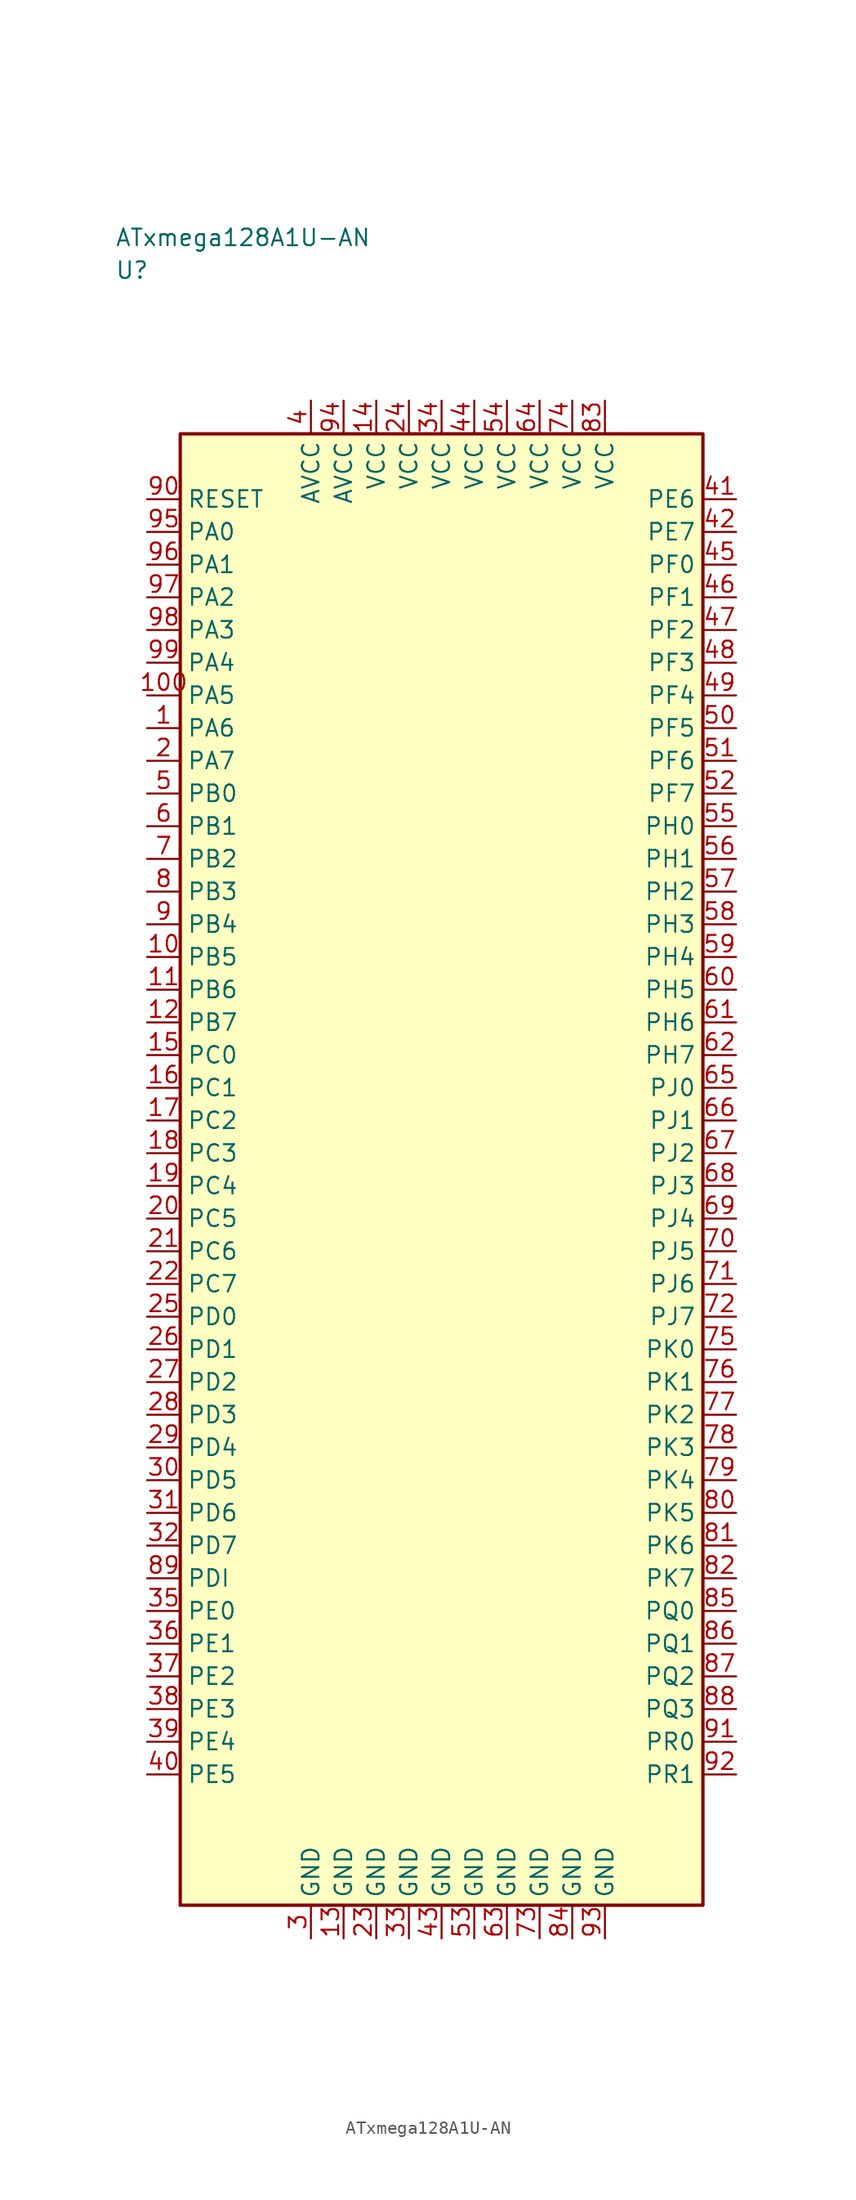
<source format=kicad_sym>
(kicad_symbol_lib
  (version 20241025)
  (generator "kicad_symbol_editor")
  (generator_version "8.0")
  (symbol "ATxmega128A1U-AN"
    (property "Reference" "U"
      (at -25.0 68.75 0)
      (effects (font (size 1.27 1.27)) (justify left)))
    (property "Value" "ATxmega128A1U-AN"
      (at -25.0 71.25 0)
      (effects (font (size 1.27 1.27)) (justify left)))
    (symbol "ATxmega128A1U-AN_0_1"
      (rectangle (start -20.0 56.25) (end 20.0 -56.25) (stroke (width 0.254) (type default)) (fill (type background))))
    (symbol "ATxmega128A1U-AN_1_1"
      (pin bidirectional line (at -22.54 33.75 0.0) (length 2.54) (name "PA6" (effects (font (size 1.27 1.27)))) (number "1" (effects (font (size 1.27 1.27)))))
      (pin bidirectional line (at -22.54 31.25 0.0) (length 2.54) (name "PA7" (effects (font (size 1.27 1.27)))) (number "2" (effects (font (size 1.27 1.27)))))
      (pin passive line (at -10.0 -58.79 90.0) (length 2.54) (name "GND" (effects (font (size 1.27 1.27)))) (number "3" (effects (font (size 1.27 1.27)))))
      (pin power_in line (at -10.0 58.79 270.0) (length 2.54) (name "AVCC" (effects (font (size 1.27 1.27)))) (number "4" (effects (font (size 1.27 1.27)))))
      (pin bidirectional line (at -22.54 28.75 0.0) (length 2.54) (name "PB0" (effects (font (size 1.27 1.27)))) (number "5" (effects (font (size 1.27 1.27)))))
      (pin bidirectional line (at -22.54 26.25 0.0) (length 2.54) (name "PB1" (effects (font (size 1.27 1.27)))) (number "6" (effects (font (size 1.27 1.27)))))
      (pin bidirectional line (at -22.54 23.75 0.0) (length 2.54) (name "PB2" (effects (font (size 1.27 1.27)))) (number "7" (effects (font (size 1.27 1.27)))))
      (pin bidirectional line (at -22.54 21.25 0.0) (length 2.54) (name "PB3" (effects (font (size 1.27 1.27)))) (number "8" (effects (font (size 1.27 1.27)))))
      (pin bidirectional line (at -22.54 18.75 0.0) (length 2.54) (name "PB4" (effects (font (size 1.27 1.27)))) (number "9" (effects (font (size 1.27 1.27)))))
      (pin bidirectional line (at -22.54 16.25 0.0) (length 2.54) (name "PB5" (effects (font (size 1.27 1.27)))) (number "10" (effects (font (size 1.27 1.27)))))
      (pin bidirectional line (at -22.54 13.75 0.0) (length 2.54) (name "PB6" (effects (font (size 1.27 1.27)))) (number "11" (effects (font (size 1.27 1.27)))))
      (pin bidirectional line (at -22.54 11.25 0.0) (length 2.54) (name "PB7" (effects (font (size 1.27 1.27)))) (number "12" (effects (font (size 1.27 1.27)))))
      (pin passive line (at -7.5 -58.79 90.0) (length 2.54) (name "GND" (effects (font (size 1.27 1.27)))) (number "13" (effects (font (size 1.27 1.27)))))
      (pin power_in line (at -5.0 58.79 270.0) (length 2.54) (name "VCC" (effects (font (size 1.27 1.27)))) (number "14" (effects (font (size 1.27 1.27)))))
      (pin bidirectional line (at -22.54 8.75 0.0) (length 2.54) (name "PC0" (effects (font (size 1.27 1.27)))) (number "15" (effects (font (size 1.27 1.27)))))
      (pin bidirectional line (at -22.54 6.25 0.0) (length 2.54) (name "PC1" (effects (font (size 1.27 1.27)))) (number "16" (effects (font (size 1.27 1.27)))))
      (pin bidirectional line (at -22.54 3.75 0.0) (length 2.54) (name "PC2" (effects (font (size 1.27 1.27)))) (number "17" (effects (font (size 1.27 1.27)))))
      (pin bidirectional line (at -22.54 1.25 0.0) (length 2.54) (name "PC3" (effects (font (size 1.27 1.27)))) (number "18" (effects (font (size 1.27 1.27)))))
      (pin bidirectional line (at -22.54 -1.25 0.0) (length 2.54) (name "PC4" (effects (font (size 1.27 1.27)))) (number "19" (effects (font (size 1.27 1.27)))))
      (pin bidirectional line (at -22.54 -3.75 0.0) (length 2.54) (name "PC5" (effects (font (size 1.27 1.27)))) (number "20" (effects (font (size 1.27 1.27)))))
      (pin bidirectional line (at -22.54 -6.25 0.0) (length 2.54) (name "PC6" (effects (font (size 1.27 1.27)))) (number "21" (effects (font (size 1.27 1.27)))))
      (pin bidirectional line (at -22.54 -8.75 0.0) (length 2.54) (name "PC7" (effects (font (size 1.27 1.27)))) (number "22" (effects (font (size 1.27 1.27)))))
      (pin passive line (at -5.0 -58.79 90.0) (length 2.54) (name "GND" (effects (font (size 1.27 1.27)))) (number "23" (effects (font (size 1.27 1.27)))))
      (pin power_in line (at -2.5 58.79 270.0) (length 2.54) (name "VCC" (effects (font (size 1.27 1.27)))) (number "24" (effects (font (size 1.27 1.27)))))
      (pin bidirectional line (at -22.54 -11.25 0.0) (length 2.54) (name "PD0" (effects (font (size 1.27 1.27)))) (number "25" (effects (font (size 1.27 1.27)))))
      (pin bidirectional line (at -22.54 -13.75 0.0) (length 2.54) (name "PD1" (effects (font (size 1.27 1.27)))) (number "26" (effects (font (size 1.27 1.27)))))
      (pin bidirectional line (at -22.54 -16.25 0.0) (length 2.54) (name "PD2" (effects (font (size 1.27 1.27)))) (number "27" (effects (font (size 1.27 1.27)))))
      (pin bidirectional line (at -22.54 -18.75 0.0) (length 2.54) (name "PD3" (effects (font (size 1.27 1.27)))) (number "28" (effects (font (size 1.27 1.27)))))
      (pin bidirectional line (at -22.54 -21.25 0.0) (length 2.54) (name "PD4" (effects (font (size 1.27 1.27)))) (number "29" (effects (font (size 1.27 1.27)))))
      (pin bidirectional line (at -22.54 -23.75 0.0) (length 2.54) (name "PD5" (effects (font (size 1.27 1.27)))) (number "30" (effects (font (size 1.27 1.27)))))
      (pin bidirectional line (at -22.54 -26.25 0.0) (length 2.54) (name "PD6" (effects (font (size 1.27 1.27)))) (number "31" (effects (font (size 1.27 1.27)))))
      (pin bidirectional line (at -22.54 -28.75 0.0) (length 2.54) (name "PD7" (effects (font (size 1.27 1.27)))) (number "32" (effects (font (size 1.27 1.27)))))
      (pin passive line (at -2.5 -58.79 90.0) (length 2.54) (name "GND" (effects (font (size 1.27 1.27)))) (number "33" (effects (font (size 1.27 1.27)))))
      (pin power_in line (at 0.0 58.79 270.0) (length 2.54) (name "VCC" (effects (font (size 1.27 1.27)))) (number "34" (effects (font (size 1.27 1.27)))))
      (pin bidirectional line (at -22.54 -33.75 0.0) (length 2.54) (name "PE0" (effects (font (size 1.27 1.27)))) (number "35" (effects (font (size 1.27 1.27)))))
      (pin bidirectional line (at -22.54 -36.25 0.0) (length 2.54) (name "PE1" (effects (font (size 1.27 1.27)))) (number "36" (effects (font (size 1.27 1.27)))))
      (pin bidirectional line (at -22.54 -38.75 0.0) (length 2.54) (name "PE2" (effects (font (size 1.27 1.27)))) (number "37" (effects (font (size 1.27 1.27)))))
      (pin bidirectional line (at -22.54 -41.25 0.0) (length 2.54) (name "PE3" (effects (font (size 1.27 1.27)))) (number "38" (effects (font (size 1.27 1.27)))))
      (pin bidirectional line (at -22.54 -43.75 0.0) (length 2.54) (name "PE4" (effects (font (size 1.27 1.27)))) (number "39" (effects (font (size 1.27 1.27)))))
      (pin bidirectional line (at -22.54 -46.25 0.0) (length 2.54) (name "PE5" (effects (font (size 1.27 1.27)))) (number "40" (effects (font (size 1.27 1.27)))))
      (pin bidirectional line (at 22.54 51.25 180.0) (length 2.54) (name "PE6" (effects (font (size 1.27 1.27)))) (number "41" (effects (font (size 1.27 1.27)))))
      (pin bidirectional line (at 22.54 48.75 180.0) (length 2.54) (name "PE7" (effects (font (size 1.27 1.27)))) (number "42" (effects (font (size 1.27 1.27)))))
      (pin passive line (at 0.0 -58.79 90.0) (length 2.54) (name "GND" (effects (font (size 1.27 1.27)))) (number "43" (effects (font (size 1.27 1.27)))))
      (pin power_in line (at 2.5 58.79 270.0) (length 2.54) (name "VCC" (effects (font (size 1.27 1.27)))) (number "44" (effects (font (size 1.27 1.27)))))
      (pin bidirectional line (at 22.54 46.25 180.0) (length 2.54) (name "PF0" (effects (font (size 1.27 1.27)))) (number "45" (effects (font (size 1.27 1.27)))))
      (pin bidirectional line (at 22.54 43.75 180.0) (length 2.54) (name "PF1" (effects (font (size 1.27 1.27)))) (number "46" (effects (font (size 1.27 1.27)))))
      (pin bidirectional line (at 22.54 41.25 180.0) (length 2.54) (name "PF2" (effects (font (size 1.27 1.27)))) (number "47" (effects (font (size 1.27 1.27)))))
      (pin bidirectional line (at 22.54 38.75 180.0) (length 2.54) (name "PF3" (effects (font (size 1.27 1.27)))) (number "48" (effects (font (size 1.27 1.27)))))
      (pin bidirectional line (at 22.54 36.25 180.0) (length 2.54) (name "PF4" (effects (font (size 1.27 1.27)))) (number "49" (effects (font (size 1.27 1.27)))))
      (pin bidirectional line (at 22.54 33.75 180.0) (length 2.54) (name "PF5" (effects (font (size 1.27 1.27)))) (number "50" (effects (font (size 1.27 1.27)))))
      (pin bidirectional line (at 22.54 31.25 180.0) (length 2.54) (name "PF6" (effects (font (size 1.27 1.27)))) (number "51" (effects (font (size 1.27 1.27)))))
      (pin bidirectional line (at 22.54 28.75 180.0) (length 2.54) (name "PF7" (effects (font (size 1.27 1.27)))) (number "52" (effects (font (size 1.27 1.27)))))
      (pin passive line (at 2.5 -58.79 90.0) (length 2.54) (name "GND" (effects (font (size 1.27 1.27)))) (number "53" (effects (font (size 1.27 1.27)))))
      (pin power_in line (at 5.0 58.79 270.0) (length 2.54) (name "VCC" (effects (font (size 1.27 1.27)))) (number "54" (effects (font (size 1.27 1.27)))))
      (pin bidirectional line (at 22.54 26.25 180.0) (length 2.54) (name "PH0" (effects (font (size 1.27 1.27)))) (number "55" (effects (font (size 1.27 1.27)))))
      (pin bidirectional line (at 22.54 23.75 180.0) (length 2.54) (name "PH1" (effects (font (size 1.27 1.27)))) (number "56" (effects (font (size 1.27 1.27)))))
      (pin bidirectional line (at 22.54 21.25 180.0) (length 2.54) (name "PH2" (effects (font (size 1.27 1.27)))) (number "57" (effects (font (size 1.27 1.27)))))
      (pin bidirectional line (at 22.54 18.75 180.0) (length 2.54) (name "PH3" (effects (font (size 1.27 1.27)))) (number "58" (effects (font (size 1.27 1.27)))))
      (pin bidirectional line (at 22.54 16.25 180.0) (length 2.54) (name "PH4" (effects (font (size 1.27 1.27)))) (number "59" (effects (font (size 1.27 1.27)))))
      (pin bidirectional line (at 22.54 13.75 180.0) (length 2.54) (name "PH5" (effects (font (size 1.27 1.27)))) (number "60" (effects (font (size 1.27 1.27)))))
      (pin bidirectional line (at 22.54 11.25 180.0) (length 2.54) (name "PH6" (effects (font (size 1.27 1.27)))) (number "61" (effects (font (size 1.27 1.27)))))
      (pin bidirectional line (at 22.54 8.75 180.0) (length 2.54) (name "PH7" (effects (font (size 1.27 1.27)))) (number "62" (effects (font (size 1.27 1.27)))))
      (pin passive line (at 5.0 -58.79 90.0) (length 2.54) (name "GND" (effects (font (size 1.27 1.27)))) (number "63" (effects (font (size 1.27 1.27)))))
      (pin power_in line (at 7.5 58.79 270.0) (length 2.54) (name "VCC" (effects (font (size 1.27 1.27)))) (number "64" (effects (font (size 1.27 1.27)))))
      (pin bidirectional line (at 22.54 6.25 180.0) (length 2.54) (name "PJ0" (effects (font (size 1.27 1.27)))) (number "65" (effects (font (size 1.27 1.27)))))
      (pin bidirectional line (at 22.54 3.75 180.0) (length 2.54) (name "PJ1" (effects (font (size 1.27 1.27)))) (number "66" (effects (font (size 1.27 1.27)))))
      (pin bidirectional line (at 22.54 1.25 180.0) (length 2.54) (name "PJ2" (effects (font (size 1.27 1.27)))) (number "67" (effects (font (size 1.27 1.27)))))
      (pin bidirectional line (at 22.54 -1.25 180.0) (length 2.54) (name "PJ3" (effects (font (size 1.27 1.27)))) (number "68" (effects (font (size 1.27 1.27)))))
      (pin bidirectional line (at 22.54 -3.75 180.0) (length 2.54) (name "PJ4" (effects (font (size 1.27 1.27)))) (number "69" (effects (font (size 1.27 1.27)))))
      (pin bidirectional line (at 22.54 -6.25 180.0) (length 2.54) (name "PJ5" (effects (font (size 1.27 1.27)))) (number "70" (effects (font (size 1.27 1.27)))))
      (pin bidirectional line (at 22.54 -8.75 180.0) (length 2.54) (name "PJ6" (effects (font (size 1.27 1.27)))) (number "71" (effects (font (size 1.27 1.27)))))
      (pin bidirectional line (at 22.54 -11.25 180.0) (length 2.54) (name "PJ7" (effects (font (size 1.27 1.27)))) (number "72" (effects (font (size 1.27 1.27)))))
      (pin passive line (at 7.5 -58.79 90.0) (length 2.54) (name "GND" (effects (font (size 1.27 1.27)))) (number "73" (effects (font (size 1.27 1.27)))))
      (pin power_in line (at 10.0 58.79 270.0) (length 2.54) (name "VCC" (effects (font (size 1.27 1.27)))) (number "74" (effects (font (size 1.27 1.27)))))
      (pin bidirectional line (at 22.54 -13.75 180.0) (length 2.54) (name "PK0" (effects (font (size 1.27 1.27)))) (number "75" (effects (font (size 1.27 1.27)))))
      (pin bidirectional line (at 22.54 -16.25 180.0) (length 2.54) (name "PK1" (effects (font (size 1.27 1.27)))) (number "76" (effects (font (size 1.27 1.27)))))
      (pin bidirectional line (at 22.54 -18.75 180.0) (length 2.54) (name "PK2" (effects (font (size 1.27 1.27)))) (number "77" (effects (font (size 1.27 1.27)))))
      (pin bidirectional line (at 22.54 -21.25 180.0) (length 2.54) (name "PK3" (effects (font (size 1.27 1.27)))) (number "78" (effects (font (size 1.27 1.27)))))
      (pin bidirectional line (at 22.54 -23.75 180.0) (length 2.54) (name "PK4" (effects (font (size 1.27 1.27)))) (number "79" (effects (font (size 1.27 1.27)))))
      (pin bidirectional line (at 22.54 -26.25 180.0) (length 2.54) (name "PK5" (effects (font (size 1.27 1.27)))) (number "80" (effects (font (size 1.27 1.27)))))
      (pin bidirectional line (at 22.54 -28.75 180.0) (length 2.54) (name "PK6" (effects (font (size 1.27 1.27)))) (number "81" (effects (font (size 1.27 1.27)))))
      (pin bidirectional line (at 22.54 -31.25 180.0) (length 2.54) (name "PK7" (effects (font (size 1.27 1.27)))) (number "82" (effects (font (size 1.27 1.27)))))
      (pin power_in line (at 12.5 58.79 270.0) (length 2.54) (name "VCC" (effects (font (size 1.27 1.27)))) (number "83" (effects (font (size 1.27 1.27)))))
      (pin passive line (at 10.0 -58.79 90.0) (length 2.54) (name "GND" (effects (font (size 1.27 1.27)))) (number "84" (effects (font (size 1.27 1.27)))))
      (pin bidirectional line (at 22.54 -33.75 180.0) (length 2.54) (name "PQ0" (effects (font (size 1.27 1.27)))) (number "85" (effects (font (size 1.27 1.27)))))
      (pin bidirectional line (at 22.54 -36.25 180.0) (length 2.54) (name "PQ1" (effects (font (size 1.27 1.27)))) (number "86" (effects (font (size 1.27 1.27)))))
      (pin bidirectional line (at 22.54 -38.75 180.0) (length 2.54) (name "PQ2" (effects (font (size 1.27 1.27)))) (number "87" (effects (font (size 1.27 1.27)))))
      (pin bidirectional line (at 22.54 -41.25 180.0) (length 2.54) (name "PQ3" (effects (font (size 1.27 1.27)))) (number "88" (effects (font (size 1.27 1.27)))))
      (pin bidirectional line (at -22.54 -31.25 0.0) (length 2.54) (name "PDI" (effects (font (size 1.27 1.27)))) (number "89" (effects (font (size 1.27 1.27)))))
      (pin input line (at -22.54 51.25 0.0) (length 2.54) (name "RESET" (effects (font (size 1.27 1.27)))) (number "90" (effects (font (size 1.27 1.27)))))
      (pin bidirectional line (at 22.54 -43.75 180.0) (length 2.54) (name "PR0" (effects (font (size 1.27 1.27)))) (number "91" (effects (font (size 1.27 1.27)))))
      (pin bidirectional line (at 22.54 -46.25 180.0) (length 2.54) (name "PR1" (effects (font (size 1.27 1.27)))) (number "92" (effects (font (size 1.27 1.27)))))
      (pin passive line (at 12.5 -58.79 90.0) (length 2.54) (name "GND" (effects (font (size 1.27 1.27)))) (number "93" (effects (font (size 1.27 1.27)))))
      (pin power_in line (at -7.5 58.79 270.0) (length 2.54) (name "AVCC" (effects (font (size 1.27 1.27)))) (number "94" (effects (font (size 1.27 1.27)))))
      (pin bidirectional line (at -22.54 48.75 0.0) (length 2.54) (name "PA0" (effects (font (size 1.27 1.27)))) (number "95" (effects (font (size 1.27 1.27)))))
      (pin bidirectional line (at -22.54 46.25 0.0) (length 2.54) (name "PA1" (effects (font (size 1.27 1.27)))) (number "96" (effects (font (size 1.27 1.27)))))
      (pin bidirectional line (at -22.54 43.75 0.0) (length 2.54) (name "PA2" (effects (font (size 1.27 1.27)))) (number "97" (effects (font (size 1.27 1.27)))))
      (pin bidirectional line (at -22.54 41.25 0.0) (length 2.54) (name "PA3" (effects (font (size 1.27 1.27)))) (number "98" (effects (font (size 1.27 1.27)))))
      (pin bidirectional line (at -22.54 38.75 0.0) (length 2.54) (name "PA4" (effects (font (size 1.27 1.27)))) (number "99" (effects (font (size 1.27 1.27)))))
      (pin bidirectional line (at -22.54 36.25 0.0) (length 2.54) (name "PA5" (effects (font (size 1.27 1.27)))) (number "100" (effects (font (size 1.27 1.27))))))))
</source>
